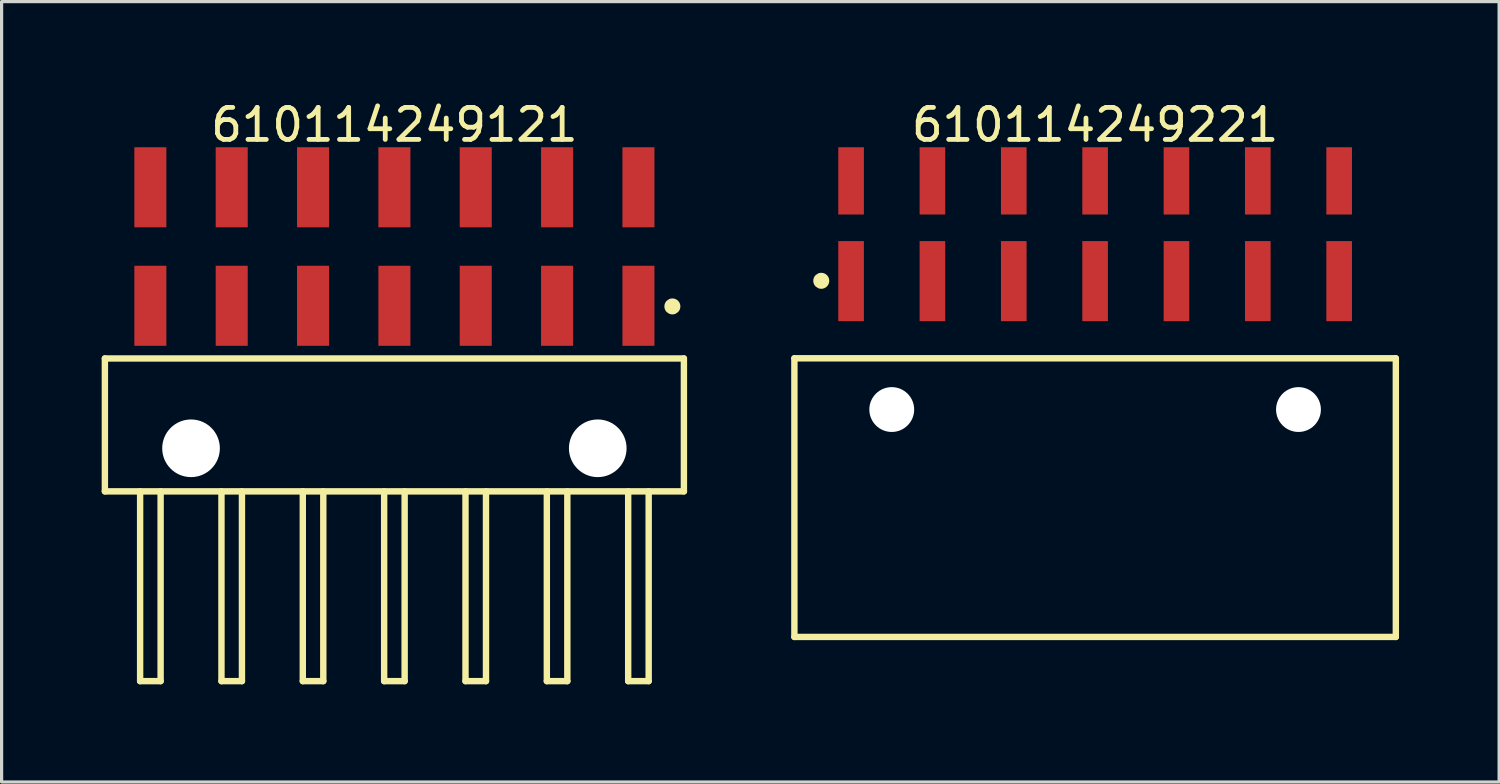
<source format=kicad_pcb>
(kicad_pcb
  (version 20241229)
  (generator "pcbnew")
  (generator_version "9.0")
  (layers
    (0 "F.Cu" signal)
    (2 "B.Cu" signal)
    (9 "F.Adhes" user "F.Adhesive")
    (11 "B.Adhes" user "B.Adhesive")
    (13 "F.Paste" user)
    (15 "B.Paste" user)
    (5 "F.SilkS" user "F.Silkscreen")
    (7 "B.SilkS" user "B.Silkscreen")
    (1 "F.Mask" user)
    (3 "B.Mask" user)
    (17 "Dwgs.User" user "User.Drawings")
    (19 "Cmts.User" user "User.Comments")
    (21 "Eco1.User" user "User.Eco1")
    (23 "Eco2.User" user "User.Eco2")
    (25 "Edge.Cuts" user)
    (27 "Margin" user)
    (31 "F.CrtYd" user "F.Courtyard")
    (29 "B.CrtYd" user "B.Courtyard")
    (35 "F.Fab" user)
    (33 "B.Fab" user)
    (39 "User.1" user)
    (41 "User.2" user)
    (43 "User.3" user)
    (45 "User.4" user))
  (footprint "610114249221"
    (layer "F.Cu")
    (at 31.145 12.488)
    (property "Reference" "610114249221" (at 0 -11.64 0) (layer "F.SilkS") (effects (font (size 1 1) (thickness 0.15))))
    (fp_line (start -9.39 -4.35) (end 9.39 -4.35) (stroke (width 0.2) (type solid)) (layer "F.SilkS"))
    (fp_line (start -9.39 4.35) (end -9.39 -4.35) (stroke (width 0.2) (type solid)) (layer "F.SilkS"))
    (fp_line (start -9.39 4.35) (end 9.39 4.35) (stroke (width 0.2) (type solid)) (layer "F.SilkS"))
    (fp_line (start 9.39 4.35) (end 9.39 -4.35) (stroke (width 0.2) (type solid)) (layer "F.SilkS"))
    (fp_circle (center -8.551 -6.77) (end -8.551 -6.895) (stroke (width 0.25) (type solid)) (fill no) (layer "F.SilkS"))
    (fp_line (start -9.59 -11.14) (end 9.59 -11.14) (stroke (width 0.05) (type solid)) (layer "Eco2.User"))
    (fp_line (start -9.59 4.55) (end -9.59 -11.14) (stroke (width 0.05) (type solid)) (layer "Eco2.User"))
    (fp_line (start -9.59 4.55) (end 9.59 4.55) (stroke (width 0.05) (type solid)) (layer "Eco2.User"))
    (fp_line (start -9.14 -4.25) (end 9.14 -4.25) (stroke (width 0.1) (type solid)) (layer "Eco2.User"))
    (fp_line (start -9.14 4.25) (end -9.14 -4.25) (stroke (width 0.1) (type solid)) (layer "Eco2.User"))
    (fp_line (start -9.14 4.25) (end 9.14 4.25) (stroke (width 0.1) (type solid)) (layer "Eco2.User"))
    (fp_line (start -7.94 -10.44) (end -7.3 -10.44) (stroke (width 0.1) (type solid)) (layer "Eco2.User"))
    (fp_line (start -7.94 -7.49) (end -7.3 -7.49) (stroke (width 0.1) (type solid)) (layer "Eco2.User"))
    (fp_line (start -7.94 -4.25) (end -7.94 -10.44) (stroke (width 0.1) (type solid)) (layer "Eco2.User"))
    (fp_line (start -7.3 -4.25) (end -7.3 -10.44) (stroke (width 0.1) (type solid)) (layer "Eco2.User"))
    (fp_line (start -5.4 -10.44) (end -4.76 -10.44) (stroke (width 0.1) (type solid)) (layer "Eco2.User"))
    (fp_line (start -5.4 -7.49) (end -4.76 -7.49) (stroke (width 0.1) (type solid)) (layer "Eco2.User"))
    (fp_line (start -5.4 -4.25) (end -5.4 -10.44) (stroke (width 0.1) (type solid)) (layer "Eco2.User"))
    (fp_line (start -4.76 -4.25) (end -4.76 -10.44) (stroke (width 0.1) (type solid)) (layer "Eco2.User"))
    (fp_line (start -2.86 -10.44) (end -2.22 -10.44) (stroke (width 0.1) (type solid)) (layer "Eco2.User"))
    (fp_line (start -2.86 -7.49) (end -2.22 -7.49) (stroke (width 0.1) (type solid)) (layer "Eco2.User"))
    (fp_line (start -2.86 -4.25) (end -2.86 -10.44) (stroke (width 0.1) (type solid)) (layer "Eco2.User"))
    (fp_line (start -2.22 -4.25) (end -2.22 -10.44) (stroke (width 0.1) (type solid)) (layer "Eco2.User"))
    (fp_line (start -0.5 0) (end 0.5 0) (stroke (width 0.05) (type solid)) (layer "Eco2.User"))
    (fp_line (start -0.32 -10.44) (end 0.32 -10.44) (stroke (width 0.1) (type solid)) (layer "Eco2.User"))
    (fp_line (start -0.32 -7.49) (end 0.32 -7.49) (stroke (width 0.1) (type solid)) (layer "Eco2.User"))
    (fp_line (start -0.32 -4.25) (end -0.32 -10.44) (stroke (width 0.1) (type solid)) (layer "Eco2.User"))
    (fp_line (start 0 0.5) (end 0 -0.5) (stroke (width 0.05) (type solid)) (layer "Eco2.User"))
    (fp_line (start 0.32 -4.25) (end 0.32 -10.44) (stroke (width 0.1) (type solid)) (layer "Eco2.User"))
    (fp_line (start 2.22 -10.44) (end 2.86 -10.44) (stroke (width 0.1) (type solid)) (layer "Eco2.User"))
    (fp_line (start 2.22 -7.49) (end 2.86 -7.49) (stroke (width 0.1) (type solid)) (layer "Eco2.User"))
    (fp_line (start 2.22 -4.25) (end 2.22 -10.44) (stroke (width 0.1) (type solid)) (layer "Eco2.User"))
    (fp_line (start 2.86 -4.25) (end 2.86 -10.44) (stroke (width 0.1) (type solid)) (layer "Eco2.User"))
    (fp_line (start 4.76 -10.44) (end 5.4 -10.44) (stroke (width 0.1) (type solid)) (layer "Eco2.User"))
    (fp_line (start 4.76 -7.49) (end 5.4 -7.49) (stroke (width 0.1) (type solid)) (layer "Eco2.User"))
    (fp_line (start 4.76 -4.25) (end 4.76 -10.44) (stroke (width 0.1) (type solid)) (layer "Eco2.User"))
    (fp_line (start 5.4 -4.25) (end 5.4 -10.44) (stroke (width 0.1) (type solid)) (layer "Eco2.User"))
    (fp_line (start 7.3 -10.44) (end 7.94 -10.44) (stroke (width 0.1) (type solid)) (layer "Eco2.User"))
    (fp_line (start 7.3 -7.49) (end 7.94 -7.49) (stroke (width 0.1) (type solid)) (layer "Eco2.User"))
    (fp_line (start 7.3 -4.25) (end 7.3 -10.44) (stroke (width 0.1) (type solid)) (layer "Eco2.User"))
    (fp_line (start 7.94 -4.25) (end 7.94 -10.44) (stroke (width 0.1) (type solid)) (layer "Eco2.User"))
    (fp_line (start 9.14 4.25) (end 9.14 -4.25) (stroke (width 0.1) (type solid)) (layer "Eco2.User"))
    (fp_line (start 9.59 4.55) (end 9.59 -11.14) (stroke (width 0.05) (type solid)) (layer "Eco2.User"))
    (fp_text user "${REFERENCE}" (at 0.15 -0.197 0) (unlocked yes) (layer "User.3") (effects (font (size 1.5 1.5) (thickness 0.15))))
    (pad "" np_thru_hole circle (at -6.35 -2.75) (size 1.4 1.4) (drill 1.4) (layers "*.Cu" "*.Mask"))
    (pad "" np_thru_hole circle (at 6.35 -2.75) (size 1.4 1.4) (drill 1.4) (layers "*.Cu" "*.Mask"))
    (pad "1" smd rect (at -7.62 -6.76) (size 0.8 2.5) (layers "F.Cu" "F.Mask" "F.Paste"))
    (pad "2" smd rect (at -7.62 -9.89) (size 0.8 2.1) (layers "F.Cu" "F.Mask" "F.Paste"))
    (pad "3" smd rect (at -5.08 -6.76) (size 0.8 2.5) (layers "F.Cu" "F.Mask" "F.Paste"))
    (pad "4" smd rect (at -5.08 -9.89) (size 0.8 2.1) (layers "F.Cu" "F.Mask" "F.Paste"))
    (pad "5" smd rect (at -2.54 -6.76) (size 0.8 2.5) (layers "F.Cu" "F.Mask" "F.Paste"))
    (pad "6" smd rect (at -2.54 -9.89) (size 0.8 2.1) (layers "F.Cu" "F.Mask" "F.Paste"))
    (pad "7" smd rect (at 0 -6.76) (size 0.8 2.5) (layers "F.Cu" "F.Mask" "F.Paste"))
    (pad "8" smd rect (at 0 -9.89) (size 0.8 2.1) (layers "F.Cu" "F.Mask" "F.Paste"))
    (pad "9" smd rect (at 2.54 -6.76) (size 0.8 2.5) (layers "F.Cu" "F.Mask" "F.Paste"))
    (pad "10" smd rect (at 2.54 -9.89) (size 0.8 2.1) (layers "F.Cu" "F.Mask" "F.Paste"))
    (pad "11" smd rect (at 5.08 -6.76) (size 0.8 2.5) (layers "F.Cu" "F.Mask" "F.Paste"))
    (pad "12" smd rect (at 5.08 -9.89) (size 0.8 2.1) (layers "F.Cu" "F.Mask" "F.Paste"))
    (pad "13" smd rect (at 7.62 -6.76) (size 0.8 2.5) (layers "F.Cu" "F.Mask" "F.Paste"))
    (pad "14" smd rect (at 7.62 -9.89) (size 0.8 2.1) (layers "F.Cu" "F.Mask" "F.Paste")))
  (footprint "610114249121"
    (layer "F.Cu")
    (at 9.265 10.218)
    (property "Reference" "610114249121" (at 0 -9.37 0) (layer "F.SilkS") (effects (font (size 1 1) (thickness 0.15))))
    (fp_line (start -9.04 -2.075) (end 9.04 -2.075) (stroke (width 0.2) (type solid)) (layer "F.SilkS"))
    (fp_line (start -9.04 2.075) (end -9.04 -2.075) (stroke (width 0.2) (type solid)) (layer "F.SilkS"))
    (fp_line (start -9.04 2.075) (end 9.04 2.075) (stroke (width 0.2) (type solid)) (layer "F.SilkS"))
    (fp_line (start -7.94 8) (end -7.94 2.075) (stroke (width 0.2) (type solid)) (layer "F.SilkS"))
    (fp_line (start -7.94 8) (end -7.3 8) (stroke (width 0.2) (type solid)) (layer "F.SilkS"))
    (fp_line (start -7.3 8) (end -7.3 2.075) (stroke (width 0.2) (type solid)) (layer "F.SilkS"))
    (fp_line (start -5.4 8) (end -5.4 2.075) (stroke (width 0.2) (type solid)) (layer "F.SilkS"))
    (fp_line (start -5.4 8) (end -4.76 8) (stroke (width 0.2) (type solid)) (layer "F.SilkS"))
    (fp_line (start -4.76 8) (end -4.76 2.075) (stroke (width 0.2) (type solid)) (layer "F.SilkS"))
    (fp_line (start -2.86 8) (end -2.86 2.075) (stroke (width 0.2) (type solid)) (layer "F.SilkS"))
    (fp_line (start -2.86 8) (end -2.22 8) (stroke (width 0.2) (type solid)) (layer "F.SilkS"))
    (fp_line (start -2.22 8) (end -2.22 2.075) (stroke (width 0.2) (type solid)) (layer "F.SilkS"))
    (fp_line (start -0.32 8) (end -0.32 2.075) (stroke (width 0.2) (type solid)) (layer "F.SilkS"))
    (fp_line (start -0.32 8) (end 0.32 8) (stroke (width 0.2) (type solid)) (layer "F.SilkS"))
    (fp_line (start 0.32 8) (end 0.32 2.075) (stroke (width 0.2) (type solid)) (layer "F.SilkS"))
    (fp_line (start 2.22 8) (end 2.22 2.075) (stroke (width 0.2) (type solid)) (layer "F.SilkS"))
    (fp_line (start 2.22 8) (end 2.86 8) (stroke (width 0.2) (type solid)) (layer "F.SilkS"))
    (fp_line (start 2.86 8) (end 2.86 2.075) (stroke (width 0.2) (type solid)) (layer "F.SilkS"))
    (fp_line (start 4.76 8) (end 4.76 2.075) (stroke (width 0.2) (type solid)) (layer "F.SilkS"))
    (fp_line (start 4.76 8) (end 5.4 8) (stroke (width 0.2) (type solid)) (layer "F.SilkS"))
    (fp_line (start 5.4 8) (end 5.4 2.075) (stroke (width 0.2) (type solid)) (layer "F.SilkS"))
    (fp_line (start 7.3 8) (end 7.3 2.075) (stroke (width 0.2) (type solid)) (layer "F.SilkS"))
    (fp_line (start 7.3 8) (end 7.94 8) (stroke (width 0.2) (type solid)) (layer "F.SilkS"))
    (fp_line (start 7.94 8) (end 7.94 2.075) (stroke (width 0.2) (type solid)) (layer "F.SilkS"))
    (fp_line (start 9.04 2.075) (end 9.04 -2.075) (stroke (width 0.2) (type solid)) (layer "F.SilkS"))
    (fp_circle (center 8.68 -3.7) (end 8.68 -3.825) (stroke (width 0.25) (type solid)) (fill no) (layer "F.SilkS"))
    (fp_line (start -9.24 -8.87) (end 9.24 -8.87) (stroke (width 0.05) (type solid)) (layer "Eco2.User"))
    (fp_line (start -9.24 8.125) (end -9.24 -8.87) (stroke (width 0.05) (type solid)) (layer "Eco2.User"))
    (fp_line (start -9.24 8.125) (end 9.24 8.125) (stroke (width 0.05) (type solid)) (layer "Eco2.User"))
    (fp_line (start -8.89 -2) (end 8.89 -2) (stroke (width 0.1) (type solid)) (layer "Eco2.User"))
    (fp_line (start -8.89 2) (end -8.89 -2) (stroke (width 0.1) (type solid)) (layer "Eco2.User"))
    (fp_line (start -8.89 2) (end 8.89 2) (stroke (width 0.1) (type solid)) (layer "Eco2.User"))
    (fp_line (start -7.95 -8.16) (end -7.31 -8.16) (stroke (width 0.1) (type solid)) (layer "Eco2.User"))
    (fp_line (start -7.95 -7.815) (end -7.95 -8.16) (stroke (width 0.1) (type solid)) (layer "Eco2.User"))
    (fp_line (start -7.95 -7.535) (end -7.95 -7.815) (stroke (width 0.1) (type solid)) (layer "Eco2.User"))
    (fp_line (start -7.95 -4.48) (end -7.31 -4.48) (stroke (width 0.1) (type solid)) (layer "Eco2.User"))
    (fp_line (start -7.95 -4.135) (end -7.95 -4.26) (stroke (width 0.1) (type solid)) (layer "Eco2.User"))
    (fp_line (start -7.95 -2) (end -7.95 -8.16) (stroke (width 0.1) (type solid)) (layer "Eco2.User"))
    (fp_line (start -7.94 8) (end -7.94 2) (stroke (width 0.1) (type solid)) (layer "Eco2.User"))
    (fp_line (start -7.94 8) (end -7.3 8) (stroke (width 0.1) (type solid)) (layer "Eco2.User"))
    (fp_line (start -7.31 -7.815) (end -7.31 -8.16) (stroke (width 0.1) (type solid)) (layer "Eco2.User"))
    (fp_line (start -7.31 -7.535) (end -7.31 -7.815) (stroke (width 0.1) (type solid)) (layer "Eco2.User"))
    (fp_line (start -7.31 -4.135) (end -7.31 -4.26) (stroke (width 0.1) (type solid)) (layer "Eco2.User"))
    (fp_line (start -7.31 -2) (end -7.31 -8.16) (stroke (width 0.1) (type solid)) (layer "Eco2.User"))
    (fp_line (start -7.3 8) (end -7.3 2) (stroke (width 0.1) (type solid)) (layer "Eco2.User"))
    (fp_line (start -5.41 -8.16) (end -4.77 -8.16) (stroke (width 0.1) (type solid)) (layer "Eco2.User"))
    (fp_line (start -5.41 -7.815) (end -5.41 -8.16) (stroke (width 0.1) (type solid)) (layer "Eco2.User"))
    (fp_line (start -5.41 -7.535) (end -5.41 -7.815) (stroke (width 0.1) (type solid)) (layer "Eco2.User"))
    (fp_line (start -5.41 -4.48) (end -4.77 -4.48) (stroke (width 0.1) (type solid)) (layer "Eco2.User"))
    (fp_line (start -5.41 -4.135) (end -5.41 -4.26) (stroke (width 0.1) (type solid)) (layer "Eco2.User"))
    (fp_line (start -5.41 -2) (end -5.41 -8.16) (stroke (width 0.1) (type solid)) (layer "Eco2.User"))
    (fp_line (start -5.4 8) (end -5.4 2) (stroke (width 0.1) (type solid)) (layer "Eco2.User"))
    (fp_line (start -5.4 8) (end -4.76 8) (stroke (width 0.1) (type solid)) (layer "Eco2.User"))
    (fp_line (start -4.77 -7.815) (end -4.77 -8.16) (stroke (width 0.1) (type solid)) (layer "Eco2.User"))
    (fp_line (start -4.77 -7.535) (end -4.77 -7.815) (stroke (width 0.1) (type solid)) (layer "Eco2.User"))
    (fp_line (start -4.77 -4.135) (end -4.77 -4.26) (stroke (width 0.1) (type solid)) (layer "Eco2.User"))
    (fp_line (start -4.77 -2) (end -4.77 -8.16) (stroke (width 0.1) (type solid)) (layer "Eco2.User"))
    (fp_line (start -4.76 8) (end -4.76 2) (stroke (width 0.1) (type solid)) (layer "Eco2.User"))
    (fp_line (start -2.87 -8.16) (end -2.23 -8.16) (stroke (width 0.1) (type solid)) (layer "Eco2.User"))
    (fp_line (start -2.87 -7.815) (end -2.87 -8.16) (stroke (width 0.1) (type solid)) (layer "Eco2.User"))
    (fp_line (start -2.87 -7.535) (end -2.87 -7.815) (stroke (width 0.1) (type solid)) (layer "Eco2.User"))
    (fp_line (start -2.87 -4.48) (end -2.23 -4.48) (stroke (width 0.1) (type solid)) (layer "Eco2.User"))
    (fp_line (start -2.87 -4.135) (end -2.87 -4.26) (stroke (width 0.1) (type solid)) (layer "Eco2.User"))
    (fp_line (start -2.87 -2) (end -2.87 -8.16) (stroke (width 0.1) (type solid)) (layer "Eco2.User"))
    (fp_line (start -2.86 8) (end -2.86 2) (stroke (width 0.1) (type solid)) (layer "Eco2.User"))
    (fp_line (start -2.86 8) (end -2.22 8) (stroke (width 0.1) (type solid)) (layer "Eco2.User"))
    (fp_line (start -2.23 -7.815) (end -2.23 -8.16) (stroke (width 0.1) (type solid)) (layer "Eco2.User"))
    (fp_line (start -2.23 -7.535) (end -2.23 -7.815) (stroke (width 0.1) (type solid)) (layer "Eco2.User"))
    (fp_line (start -2.23 -4.135) (end -2.23 -4.26) (stroke (width 0.1) (type solid)) (layer "Eco2.User"))
    (fp_line (start -2.23 -2) (end -2.23 -8.16) (stroke (width 0.1) (type solid)) (layer "Eco2.User"))
    (fp_line (start -2.22 8) (end -2.22 2) (stroke (width 0.1) (type solid)) (layer "Eco2.User"))
    (fp_line (start -0.5 0) (end 0.5 0) (stroke (width 0.05) (type solid)) (layer "Eco2.User"))
    (fp_line (start -0.33 -8.16) (end 0.31 -8.16) (stroke (width 0.1) (type solid)) (layer "Eco2.User"))
    (fp_line (start -0.33 -7.815) (end -0.33 -8.16) (stroke (width 0.1) (type solid)) (layer "Eco2.User"))
    (fp_line (start -0.33 -7.535) (end -0.33 -7.815) (stroke (width 0.1) (type solid)) (layer "Eco2.User"))
    (fp_line (start -0.33 -4.48) (end 0.31 -4.48) (stroke (width 0.1) (type solid)) (layer "Eco2.User"))
    (fp_line (start -0.33 -4.135) (end -0.33 -4.26) (stroke (width 0.1) (type solid)) (layer "Eco2.User"))
    (fp_line (start -0.33 -2) (end -0.33 -8.16) (stroke (width 0.1) (type solid)) (layer "Eco2.User"))
    (fp_line (start -0.32 8) (end -0.32 2) (stroke (width 0.1) (type solid)) (layer "Eco2.User"))
    (fp_line (start -0.32 8) (end 0.32 8) (stroke (width 0.1) (type solid)) (layer "Eco2.User"))
    (fp_line (start 0 0.5) (end 0 -0.5) (stroke (width 0.05) (type solid)) (layer "Eco2.User"))
    (fp_line (start 0.31 -7.815) (end 0.31 -8.16) (stroke (width 0.1) (type solid)) (layer "Eco2.User"))
    (fp_line (start 0.31 -7.535) (end 0.31 -7.815) (stroke (width 0.1) (type solid)) (layer "Eco2.User"))
    (fp_line (start 0.31 -4.135) (end 0.31 -4.26) (stroke (width 0.1) (type solid)) (layer "Eco2.User"))
    (fp_line (start 0.31 -2) (end 0.31 -8.16) (stroke (width 0.1) (type solid)) (layer "Eco2.User"))
    (fp_line (start 0.32 8) (end 0.32 2) (stroke (width 0.1) (type solid)) (layer "Eco2.User"))
    (fp_line (start 2.21 -8.16) (end 2.85 -8.16) (stroke (width 0.1) (type solid)) (layer "Eco2.User"))
    (fp_line (start 2.21 -7.815) (end 2.21 -8.16) (stroke (width 0.1) (type solid)) (layer "Eco2.User"))
    (fp_line (start 2.21 -7.535) (end 2.21 -7.815) (stroke (width 0.1) (type solid)) (layer "Eco2.User"))
    (fp_line (start 2.21 -4.48) (end 2.85 -4.48) (stroke (width 0.1) (type solid)) (layer "Eco2.User"))
    (fp_line (start 2.21 -4.135) (end 2.21 -4.26) (stroke (width 0.1) (type solid)) (layer "Eco2.User"))
    (fp_line (start 2.21 -2) (end 2.21 -8.16) (stroke (width 0.1) (type solid)) (layer "Eco2.User"))
    (fp_line (start 2.22 8) (end 2.22 2) (stroke (width 0.1) (type solid)) (layer "Eco2.User"))
    (fp_line (start 2.22 8) (end 2.86 8) (stroke (width 0.1) (type solid)) (layer "Eco2.User"))
    (fp_line (start 2.85 -7.815) (end 2.85 -8.16) (stroke (width 0.1) (type solid)) (layer "Eco2.User"))
    (fp_line (start 2.85 -7.535) (end 2.85 -7.815) (stroke (width 0.1) (type solid)) (layer "Eco2.User"))
    (fp_line (start 2.85 -4.135) (end 2.85 -4.26) (stroke (width 0.1) (type solid)) (layer "Eco2.User"))
    (fp_line (start 2.85 -2) (end 2.85 -8.16) (stroke (width 0.1) (type solid)) (layer "Eco2.User"))
    (fp_line (start 2.86 8) (end 2.86 2) (stroke (width 0.1) (type solid)) (layer "Eco2.User"))
    (fp_line (start 4.75 -8.16) (end 5.39 -8.16) (stroke (width 0.1) (type solid)) (layer "Eco2.User"))
    (fp_line (start 4.75 -7.815) (end 4.75 -8.16) (stroke (width 0.1) (type solid)) (layer "Eco2.User"))
    (fp_line (start 4.75 -7.535) (end 4.75 -7.815) (stroke (width 0.1) (type solid)) (layer "Eco2.User"))
    (fp_line (start 4.75 -4.48) (end 5.39 -4.48) (stroke (width 0.1) (type solid)) (layer "Eco2.User"))
    (fp_line (start 4.75 -4.135) (end 4.75 -4.26) (stroke (width 0.1) (type solid)) (layer "Eco2.User"))
    (fp_line (start 4.75 -2) (end 4.75 -8.16) (stroke (width 0.1) (type solid)) (layer "Eco2.User"))
    (fp_line (start 4.76 8) (end 4.76 2) (stroke (width 0.1) (type solid)) (layer "Eco2.User"))
    (fp_line (start 4.76 8) (end 5.4 8) (stroke (width 0.1) (type solid)) (layer "Eco2.User"))
    (fp_line (start 5.39 -7.815) (end 5.39 -8.16) (stroke (width 0.1) (type solid)) (layer "Eco2.User"))
    (fp_line (start 5.39 -7.535) (end 5.39 -7.815) (stroke (width 0.1) (type solid)) (layer "Eco2.User"))
    (fp_line (start 5.39 -4.135) (end 5.39 -4.26) (stroke (width 0.1) (type solid)) (layer "Eco2.User"))
    (fp_line (start 5.39 -2) (end 5.39 -8.16) (stroke (width 0.1) (type solid)) (layer "Eco2.User"))
    (fp_line (start 5.4 8) (end 5.4 2) (stroke (width 0.1) (type solid)) (layer "Eco2.User"))
    (fp_line (start 7.29 -8.16) (end 7.93 -8.16) (stroke (width 0.1) (type solid)) (layer "Eco2.User"))
    (fp_line (start 7.29 -7.815) (end 7.29 -8.16) (stroke (width 0.1) (type solid)) (layer "Eco2.User"))
    (fp_line (start 7.29 -7.535) (end 7.29 -7.815) (stroke (width 0.1) (type solid)) (layer "Eco2.User"))
    (fp_line (start 7.29 -4.48) (end 7.93 -4.48) (stroke (width 0.1) (type solid)) (layer "Eco2.User"))
    (fp_line (start 7.29 -4.135) (end 7.29 -4.26) (stroke (width 0.1) (type solid)) (layer "Eco2.User"))
    (fp_line (start 7.29 -2) (end 7.29 -8.16) (stroke (width 0.1) (type solid)) (layer "Eco2.User"))
    (fp_line (start 7.3 8) (end 7.3 2) (stroke (width 0.1) (type solid)) (layer "Eco2.User"))
    (fp_line (start 7.3 8) (end 7.94 8) (stroke (width 0.1) (type solid)) (layer "Eco2.User"))
    (fp_line (start 7.93 -7.815) (end 7.93 -8.16) (stroke (width 0.1) (type solid)) (layer "Eco2.User"))
    (fp_line (start 7.93 -7.535) (end 7.93 -7.815) (stroke (width 0.1) (type solid)) (layer "Eco2.User"))
    (fp_line (start 7.93 -4.135) (end 7.93 -4.26) (stroke (width 0.1) (type solid)) (layer "Eco2.User"))
    (fp_line (start 7.93 -2) (end 7.93 -8.16) (stroke (width 0.1) (type solid)) (layer "Eco2.User"))
    (fp_line (start 7.94 8) (end 7.94 2) (stroke (width 0.1) (type solid)) (layer "Eco2.User"))
    (fp_line (start 8.89 2) (end 8.89 -2) (stroke (width 0.1) (type solid)) (layer "Eco2.User"))
    (fp_line (start 9.24 8.125) (end 9.24 -8.87) (stroke (width 0.05) (type solid)) (layer "Eco2.User"))
    (fp_text user "${REFERENCE}" (at 0.15 -0.197 0) (unlocked yes) (layer "User.3") (effects (font (size 1.5 1.5) (thickness 0.15))))
    (pad "" np_thru_hole circle (at -6.35 0.73) (size 1.8 1.8) (drill 1.8) (layers "*.Cu" "*.Mask"))
    (pad "" np_thru_hole circle (at 6.35 0.73) (size 1.8 1.8) (drill 1.8) (layers "*.Cu" "*.Mask"))
    (pad "1" smd rect (at 7.62 -3.72) (size 1 2.5) (layers "F.Cu" "F.Mask" "F.Paste"))
    (pad "2" smd rect (at 7.62 -7.42) (size 1 2.5) (layers "F.Cu" "F.Mask" "F.Paste"))
    (pad "3" smd rect (at 5.08 -3.72) (size 1 2.5) (layers "F.Cu" "F.Mask" "F.Paste"))
    (pad "4" smd rect (at 5.08 -7.42) (size 1 2.5) (layers "F.Cu" "F.Mask" "F.Paste"))
    (pad "5" smd rect (at 2.54 -3.72) (size 1 2.5) (layers "F.Cu" "F.Mask" "F.Paste"))
    (pad "6" smd rect (at 2.54 -7.42) (size 1 2.5) (layers "F.Cu" "F.Mask" "F.Paste"))
    (pad "7" smd rect (at 0 -3.72) (size 1 2.5) (layers "F.Cu" "F.Mask" "F.Paste"))
    (pad "8" smd rect (at 0 -7.42) (size 1 2.5) (layers "F.Cu" "F.Mask" "F.Paste"))
    (pad "9" smd rect (at -2.54 -3.72) (size 1 2.5) (layers "F.Cu" "F.Mask" "F.Paste"))
    (pad "10" smd rect (at -2.54 -7.42) (size 1 2.5) (layers "F.Cu" "F.Mask" "F.Paste"))
    (pad "11" smd rect (at -5.08 -3.72) (size 1 2.5) (layers "F.Cu" "F.Mask" "F.Paste"))
    (pad "12" smd rect (at -5.08 -7.42) (size 1 2.5) (layers "F.Cu" "F.Mask" "F.Paste"))
    (pad "13" smd rect (at -7.62 -3.72) (size 1 2.5) (layers "F.Cu" "F.Mask" "F.Paste"))
    (pad "14" smd rect (at -7.62 -7.42) (size 1 2.5) (layers "F.Cu" "F.Mask" "F.Paste")))
  (gr_rect
    (start -3 -3)
    (end 43.76 21.368)
    (stroke (width 0.1) (type default))
    (fill no)
    (layer "Edge.Cuts")))
</source>
